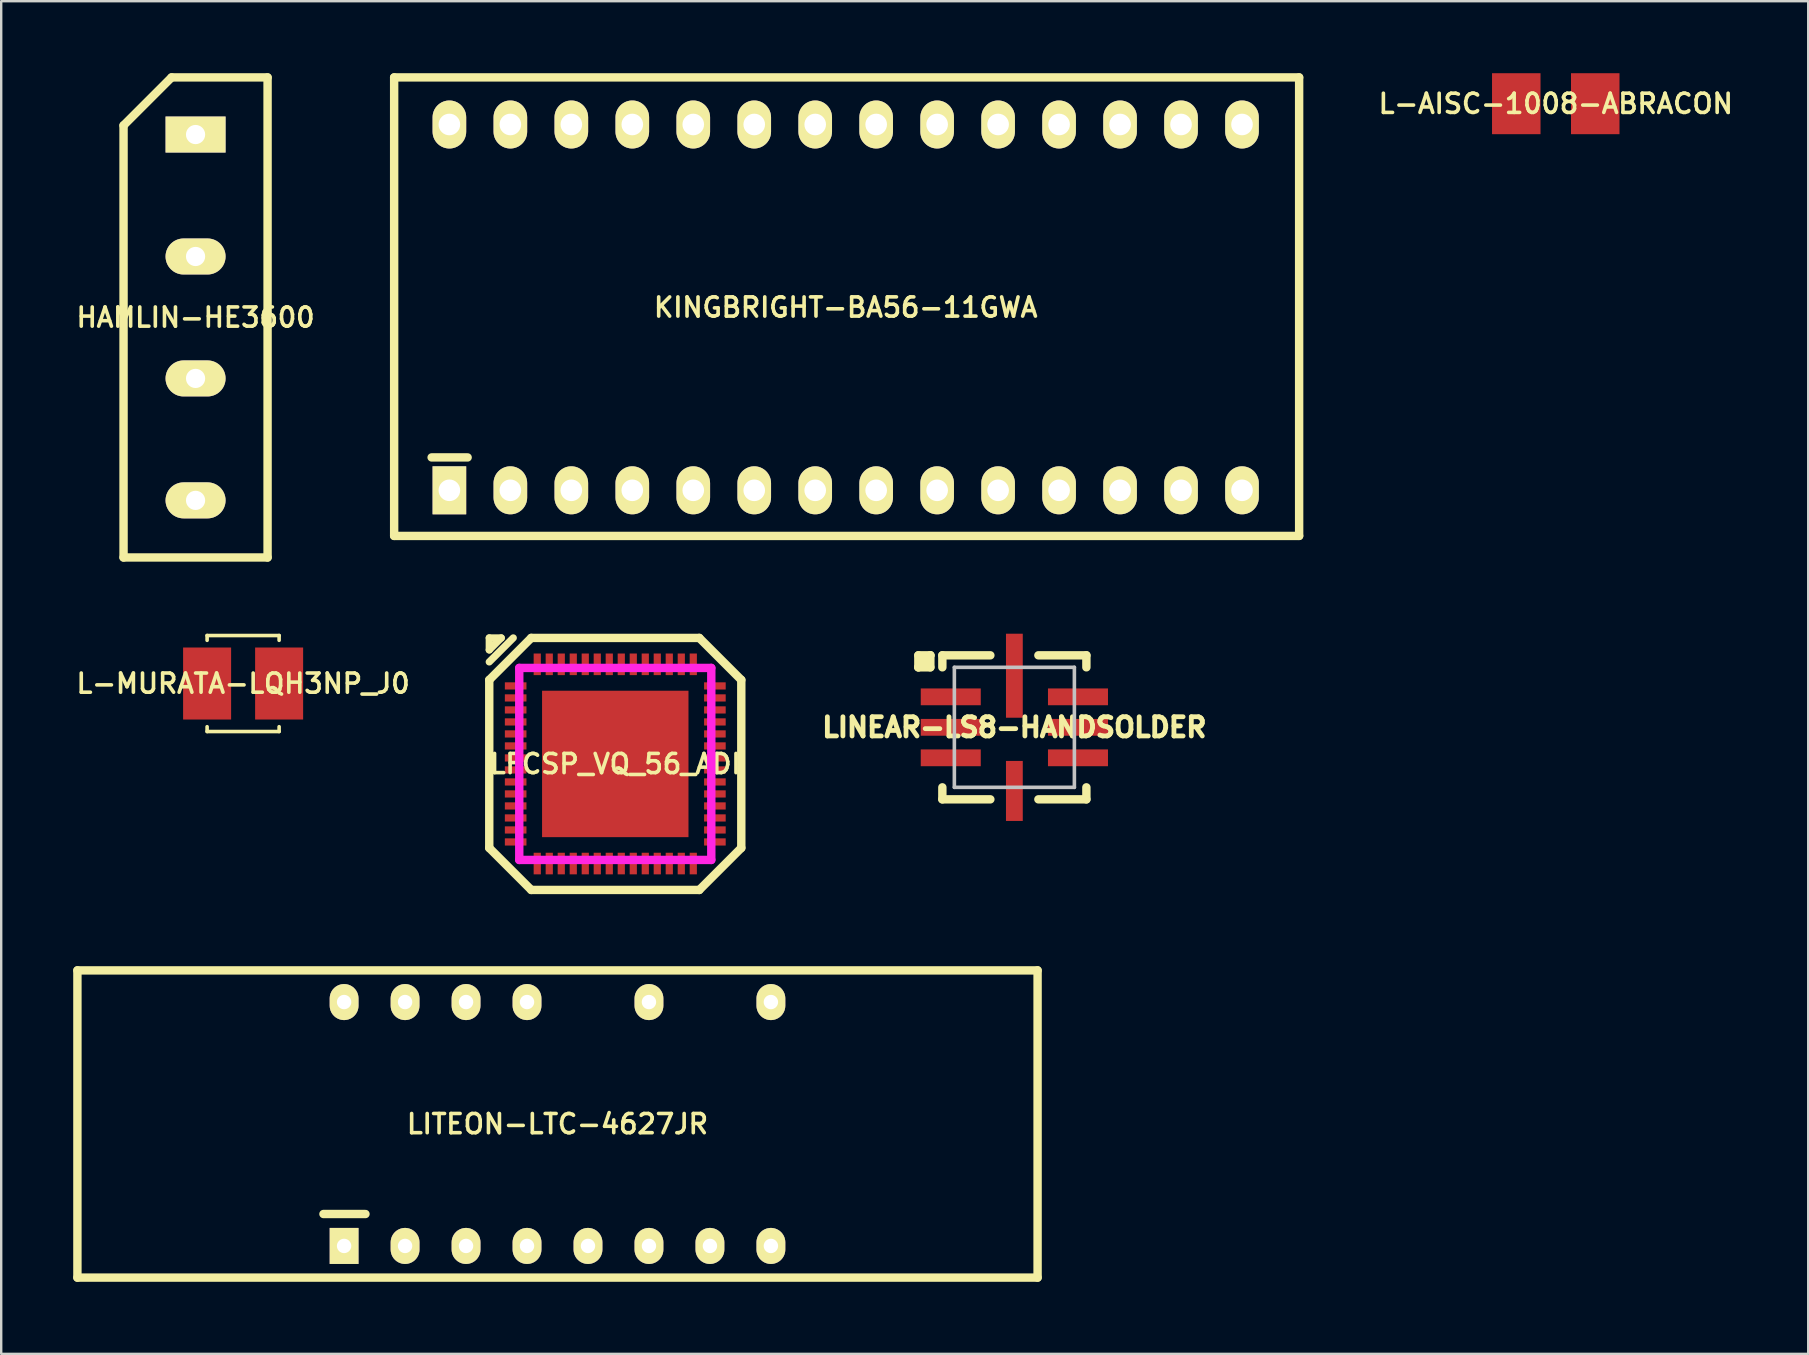
<source format=kicad_pcb>
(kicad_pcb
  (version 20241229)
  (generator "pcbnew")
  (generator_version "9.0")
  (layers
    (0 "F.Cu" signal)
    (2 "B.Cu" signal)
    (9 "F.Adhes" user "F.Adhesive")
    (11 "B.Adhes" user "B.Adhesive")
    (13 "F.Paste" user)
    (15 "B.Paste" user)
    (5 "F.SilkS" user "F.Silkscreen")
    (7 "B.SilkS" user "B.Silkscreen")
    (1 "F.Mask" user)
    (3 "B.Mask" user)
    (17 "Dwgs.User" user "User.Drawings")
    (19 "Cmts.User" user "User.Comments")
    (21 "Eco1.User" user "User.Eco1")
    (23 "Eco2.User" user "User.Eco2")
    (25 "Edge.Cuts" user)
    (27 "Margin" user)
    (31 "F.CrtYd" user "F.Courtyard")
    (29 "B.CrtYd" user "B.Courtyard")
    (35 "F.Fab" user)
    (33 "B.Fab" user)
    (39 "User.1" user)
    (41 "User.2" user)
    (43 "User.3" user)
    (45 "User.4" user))
  (footprint "LFCSP_VQ_56_ADI"
    (layer "F.Cu")
    (at 22.582 28.775)
    (property "Reference" "LFCSP_VQ_56_ADI" (at 0 0 0) (layer "F.SilkS") (effects (font (size 0.8 0.8) (thickness 0.15))))
    (attr through_hole)
    (fp_line (start -5.25 -5.25) (end -5.25 -4.75) (stroke (width 0.3) (type solid)) (layer "F.SilkS"))
    (fp_line (start -5.25 -4.75) (end -4.75 -5.25) (stroke (width 0.3) (type solid)) (layer "F.SilkS"))
    (fp_line (start -5.25 -3.5) (end -5.25 3.5) (stroke (width 0.35) (type solid)) (layer "F.SilkS"))
    (fp_line (start -5.25 3.5) (end -3.5 5.25) (stroke (width 0.35) (type solid)) (layer "F.SilkS"))
    (fp_line (start -4.75 -5.25) (end -5.25 -5.25) (stroke (width 0.3) (type solid)) (layer "F.SilkS"))
    (fp_line (start -4.25 -5.25) (end -5.25 -4.25) (stroke (width 0.3) (type solid)) (layer "F.SilkS"))
    (fp_line (start -3.5 -5.25) (end -5.25 -3.5) (stroke (width 0.35) (type solid)) (layer "F.SilkS"))
    (fp_line (start -3.5 5.25) (end 3.5 5.25) (stroke (width 0.35) (type solid)) (layer "F.SilkS"))
    (fp_line (start 3.5 -5.25) (end -3.5 -5.25) (stroke (width 0.35) (type solid)) (layer "F.SilkS"))
    (fp_line (start 3.5 5.25) (end 5.25 3.5) (stroke (width 0.35) (type solid)) (layer "F.SilkS"))
    (fp_line (start 5.25 -3.5) (end 3.5 -5.25) (stroke (width 0.35) (type solid)) (layer "F.SilkS"))
    (fp_line (start 5.25 3.5) (end 5.25 -3.5) (stroke (width 0.35) (type solid)) (layer "F.SilkS"))
    (fp_line (start -4 -4) (end 4 -4) (stroke (width 0.35) (type solid)) (layer "F.CrtYd"))
    (fp_line (start -4 4) (end -4 -4) (stroke (width 0.35) (type solid)) (layer "F.CrtYd"))
    (fp_line (start 4 -4) (end 4 4) (stroke (width 0.35) (type solid)) (layer "F.CrtYd"))
    (fp_line (start 4 4) (end -4 4) (stroke (width 0.35) (type solid)) (layer "F.CrtYd"))
    (pad "" smd rect (at -2 -2) (size 1.5 1.5) (layers "F.Paste"))
    (pad "" smd rect (at -2 0) (size 1.5 1.5) (layers "F.Paste"))
    (pad "" smd rect (at -2 2) (size 1.5 1.5) (layers "F.Paste"))
    (pad "" smd rect (at 0 -2) (size 1.5 1.5) (layers "F.Paste"))
    (pad "" smd rect (at 0 0) (size 1.5 1.5) (layers "F.Paste"))
    (pad "" smd rect (at 0 2) (size 1.5 1.5) (layers "F.Paste"))
    (pad "" smd rect (at 2 -2) (size 1.5 1.5) (layers "F.Paste"))
    (pad "" smd rect (at 2 0) (size 1.5 1.5) (layers "F.Paste"))
    (pad "" smd rect (at 2 2) (size 1.5 1.5) (layers "F.Paste"))
    (pad "1" smd rect (at -4.15 -3.25) (size 0.9 0.3) (layers "F.Cu" "F.Mask" "F.Paste"))
    (pad "2" smd rect (at -4.15 -2.75) (size 0.9 0.3) (layers "F.Cu" "F.Mask" "F.Paste"))
    (pad "3" smd rect (at -4.15 -2.25) (size 0.9 0.3) (layers "F.Cu" "F.Mask" "F.Paste"))
    (pad "4" smd rect (at -4.15 -1.75) (size 0.9 0.3) (layers "F.Cu" "F.Mask" "F.Paste"))
    (pad "5" smd rect (at -4.15 -1.25) (size 0.9 0.3) (layers "F.Cu" "F.Mask" "F.Paste"))
    (pad "6" smd rect (at -4.15 -0.75) (size 0.9 0.3) (layers "F.Cu" "F.Mask" "F.Paste"))
    (pad "7" smd rect (at -4.15 -0.25) (size 0.9 0.3) (layers "F.Cu" "F.Mask" "F.Paste"))
    (pad "8" smd rect (at -4.15 0.25) (size 0.9 0.3) (layers "F.Cu" "F.Mask" "F.Paste"))
    (pad "9" smd rect (at -4.15 0.75) (size 0.9 0.3) (layers "F.Cu" "F.Mask" "F.Paste"))
    (pad "10" smd rect (at -4.15 1.25) (size 0.9 0.3) (layers "F.Cu" "F.Mask" "F.Paste"))
    (pad "11" smd rect (at -4.15 1.75) (size 0.9 0.3) (layers "F.Cu" "F.Mask" "F.Paste"))
    (pad "12" smd rect (at -4.15 2.25) (size 0.9 0.3) (layers "F.Cu" "F.Mask" "F.Paste"))
    (pad "13" smd rect (at -4.15 2.75) (size 0.9 0.3) (layers "F.Cu" "F.Mask" "F.Paste"))
    (pad "14" smd rect (at -4.15 3.25) (size 0.9 0.3) (layers "F.Cu" "F.Mask" "F.Paste"))
    (pad "15" smd rect (at -3.25 4.15) (size 0.3 0.9) (layers "F.Cu" "F.Mask" "F.Paste"))
    (pad "16" smd rect (at -2.75 4.15) (size 0.3 0.9) (layers "F.Cu" "F.Mask" "F.Paste"))
    (pad "17" smd rect (at -2.25 4.15) (size 0.3 0.9) (layers "F.Cu" "F.Mask" "F.Paste"))
    (pad "18" smd rect (at -1.75 4.15) (size 0.3 0.9) (layers "F.Cu" "F.Mask" "F.Paste"))
    (pad "19" smd rect (at -1.25 4.15) (size 0.3 0.9) (layers "F.Cu" "F.Mask" "F.Paste"))
    (pad "20" smd rect (at -0.75 4.15) (size 0.3 0.9) (layers "F.Cu" "F.Mask" "F.Paste"))
    (pad "21" smd rect (at -0.25 4.15) (size 0.3 0.9) (layers "F.Cu" "F.Mask" "F.Paste"))
    (pad "22" smd rect (at 0.25 4.15) (size 0.3 0.9) (layers "F.Cu" "F.Mask" "F.Paste"))
    (pad "23" smd rect (at 0.75 4.15) (size 0.3 0.9) (layers "F.Cu" "F.Mask" "F.Paste"))
    (pad "24" smd rect (at 1.25 4.15) (size 0.3 0.9) (layers "F.Cu" "F.Mask" "F.Paste"))
    (pad "25" smd rect (at 1.75 4.15) (size 0.3 0.9) (layers "F.Cu" "F.Mask" "F.Paste"))
    (pad "26" smd rect (at 2.25 4.15) (size 0.3 0.9) (layers "F.Cu" "F.Mask" "F.Paste"))
    (pad "27" smd rect (at 2.75 4.15) (size 0.3 0.9) (layers "F.Cu" "F.Mask" "F.Paste"))
    (pad "28" smd rect (at 3.25 4.15) (size 0.3 0.9) (layers "F.Cu" "F.Mask" "F.Paste"))
    (pad "29" smd rect (at 4.15 3.25) (size 0.9 0.3) (layers "F.Cu" "F.Mask" "F.Paste"))
    (pad "30" smd rect (at 4.15 2.75) (size 0.9 0.3) (layers "F.Cu" "F.Mask" "F.Paste"))
    (pad "31" smd rect (at 4.15 2.25) (size 0.9 0.3) (layers "F.Cu" "F.Mask" "F.Paste"))
    (pad "32" smd rect (at 4.15 1.75) (size 0.9 0.3) (layers "F.Cu" "F.Mask" "F.Paste"))
    (pad "33" smd rect (at 4.15 1.25) (size 0.9 0.3) (layers "F.Cu" "F.Mask" "F.Paste"))
    (pad "34" smd rect (at 4.15 0.75) (size 0.9 0.3) (layers "F.Cu" "F.Mask" "F.Paste"))
    (pad "35" smd rect (at 4.15 0.25) (size 0.9 0.3) (layers "F.Cu" "F.Mask" "F.Paste"))
    (pad "36" smd rect (at 4.15 -0.25) (size 0.9 0.3) (layers "F.Cu" "F.Mask" "F.Paste"))
    (pad "37" smd rect (at 4.15 -0.75) (size 0.9 0.3) (layers "F.Cu" "F.Mask" "F.Paste"))
    (pad "38" smd rect (at 4.15 -1.25) (size 0.9 0.3) (layers "F.Cu" "F.Mask" "F.Paste"))
    (pad "39" smd rect (at 4.15 -1.75) (size 0.9 0.3) (layers "F.Cu" "F.Mask" "F.Paste"))
    (pad "40" smd rect (at 4.15 -2.25) (size 0.9 0.3) (layers "F.Cu" "F.Mask" "F.Paste"))
    (pad "41" smd rect (at 4.15 -2.75) (size 0.9 0.3) (layers "F.Cu" "F.Mask" "F.Paste"))
    (pad "42" smd rect (at 4.15 -3.25) (size 0.9 0.3) (layers "F.Cu" "F.Mask" "F.Paste"))
    (pad "43" smd rect (at 3.25 -4.15) (size 0.3 0.9) (layers "F.Cu" "F.Mask" "F.Paste"))
    (pad "44" smd rect (at 2.75 -4.15) (size 0.3 0.9) (layers "F.Cu" "F.Mask" "F.Paste"))
    (pad "45" smd rect (at 2.25 -4.15) (size 0.3 0.9) (layers "F.Cu" "F.Mask" "F.Paste"))
    (pad "46" smd rect (at 1.75 -4.15) (size 0.3 0.9) (layers "F.Cu" "F.Mask" "F.Paste"))
    (pad "47" smd rect (at 1.25 -4.15) (size 0.3 0.9) (layers "F.Cu" "F.Mask" "F.Paste"))
    (pad "48" smd rect (at 0.75 -4.15) (size 0.3 0.9) (layers "F.Cu" "F.Mask" "F.Paste"))
    (pad "49" smd rect (at 0.25 -4.15) (size 0.3 0.9) (layers "F.Cu" "F.Mask" "F.Paste"))
    (pad "50" smd rect (at -0.25 -4.15) (size 0.3 0.9) (layers "F.Cu" "F.Mask" "F.Paste"))
    (pad "51" smd rect (at -0.75 -4.15) (size 0.3 0.9) (layers "F.Cu" "F.Mask" "F.Paste"))
    (pad "52" smd rect (at -1.25 -4.15) (size 0.3 0.9) (layers "F.Cu" "F.Mask" "F.Paste"))
    (pad "53" smd rect (at -1.75 -4.15) (size 0.3 0.9) (layers "F.Cu" "F.Mask" "F.Paste"))
    (pad "54" smd rect (at -2.25 -4.15) (size 0.3 0.9) (layers "F.Cu" "F.Mask" "F.Paste"))
    (pad "55" smd rect (at -2.75 -4.15) (size 0.3 0.9) (layers "F.Cu" "F.Mask" "F.Paste"))
    (pad "56" smd rect (at -3.25 -4.15) (size 0.3 0.9) (layers "F.Cu" "F.Mask" "F.Paste"))
    (pad "57" smd rect (at 0 0) (size 6.1 6.1) (layers "F.Cu" "F.Mask")))
  (footprint "L-AISC-1008-ABRACON"
    (layer "F.Cu")
    (at 61.762 1.27)
    (property "Reference" "L-AISC-1008-ABRACON" (at 0 0 0) (layer "F.SilkS") (effects (font (size 0.8 0.8) (thickness 0.15))))
    (attr through_hole)
    (pad "1" smd rect (at -1.645 0) (size 2.02 2.54) (layers "F.Cu" "F.Mask" "F.Paste"))
    (pad "2" smd rect (at 1.645 0) (size 2.02 2.54) (layers "F.Cu" "F.Mask" "F.Paste")))
  (footprint "KINGBRIGHT-BA56-11GWA"
    (layer "F.Cu")
    (at 32.181 9.756)
    (property "Reference" "KINGBRIGHT-BA56-11GWA" (at 0 0 0) (layer "F.SilkS") (effects (font (size 0.8 0.8) (thickness 0.15))))
    (attr through_hole)
    (fp_line (start -18.811 -9.581) (end -18.811 9.52) (stroke (width 0.35) (type solid)) (layer "F.SilkS"))
    (fp_line (start -18.811 9.52) (end 18.89 9.52) (stroke (width 0.35) (type solid)) (layer "F.SilkS"))
    (fp_line (start -17.25 6.25) (end -15.75 6.25) (stroke (width 0.35) (type solid)) (layer "F.SilkS"))
    (fp_line (start 18.89 -9.581) (end -18.811 -9.581) (stroke (width 0.35) (type solid)) (layer "F.SilkS"))
    (fp_line (start 18.89 9.52) (end 18.89 -9.581) (stroke (width 0.35) (type solid)) (layer "F.SilkS"))
    (pad "1" thru_hole rect (at -16.51 7.62) (size 1.4 2) (drill 0.9) (layers "*.Cu" "*.Mask" "F.SilkS"))
    (pad "2" thru_hole oval (at -13.97 7.62) (size 1.4 2) (drill 0.9) (layers "*.Cu" "*.Mask" "F.SilkS"))
    (pad "3" thru_hole oval (at -11.43 7.62) (size 1.4 2) (drill 0.9) (layers "*.Cu" "*.Mask" "F.SilkS"))
    (pad "4" thru_hole oval (at -8.89 7.62) (size 1.4 2) (drill 0.9) (layers "*.Cu" "*.Mask" "F.SilkS"))
    (pad "5" thru_hole oval (at -6.35 7.62) (size 1.4 2) (drill 0.9) (layers "*.Cu" "*.Mask" "F.SilkS"))
    (pad "6" thru_hole oval (at -3.81 7.62) (size 1.4 2) (drill 0.9) (layers "*.Cu" "*.Mask" "F.SilkS"))
    (pad "7" thru_hole oval (at -1.27 7.62) (size 1.4 2) (drill 0.9) (layers "*.Cu" "*.Mask" "F.SilkS"))
    (pad "8" thru_hole oval (at 1.27 7.62) (size 1.4 2) (drill 0.9) (layers "*.Cu" "*.Mask" "F.SilkS"))
    (pad "9" thru_hole oval (at 3.81 7.62) (size 1.4 2) (drill 0.9) (layers "*.Cu" "*.Mask" "F.SilkS"))
    (pad "10" thru_hole oval (at 6.35 7.62) (size 1.4 2) (drill 0.9) (layers "*.Cu" "*.Mask" "F.SilkS"))
    (pad "11" thru_hole oval (at 8.89 7.62) (size 1.4 2) (drill 0.9) (layers "*.Cu" "*.Mask" "F.SilkS"))
    (pad "12" thru_hole oval (at 11.43 7.62) (size 1.4 2) (drill 0.9) (layers "*.Cu" "*.Mask" "F.SilkS"))
    (pad "13" thru_hole oval (at 13.97 7.62) (size 1.4 2) (drill 0.9) (layers "*.Cu" "*.Mask" "F.SilkS"))
    (pad "14" thru_hole oval (at 16.51 7.62) (size 1.4 2) (drill 0.9) (layers "*.Cu" "*.Mask" "F.SilkS"))
    (pad "15" thru_hole oval (at 16.51 -7.62) (size 1.4 2) (drill 0.9) (layers "*.Cu" "*.Mask" "F.SilkS"))
    (pad "16" thru_hole oval (at 13.97 -7.62) (size 1.4 2) (drill 0.9) (layers "*.Cu" "*.Mask" "F.SilkS"))
    (pad "17" thru_hole oval (at 11.43 -7.62) (size 1.4 2) (drill 0.9) (layers "*.Cu" "*.Mask" "F.SilkS"))
    (pad "18" thru_hole oval (at 8.89 -7.62) (size 1.4 2) (drill 0.9) (layers "*.Cu" "*.Mask" "F.SilkS"))
    (pad "19" thru_hole oval (at 6.35 -7.62) (size 1.4 2) (drill 0.9) (layers "*.Cu" "*.Mask" "F.SilkS"))
    (pad "20" thru_hole oval (at 3.81 -7.62) (size 1.4 2) (drill 0.9) (layers "*.Cu" "*.Mask" "F.SilkS"))
    (pad "21" thru_hole oval (at 1.27 -7.62) (size 1.4 2) (drill 0.9) (layers "*.Cu" "*.Mask" "F.SilkS"))
    (pad "22" thru_hole oval (at -1.27 -7.62) (size 1.4 2) (drill 0.9) (layers "*.Cu" "*.Mask" "F.SilkS"))
    (pad "23" thru_hole oval (at -3.81 -7.62) (size 1.4 2) (drill 0.9) (layers "*.Cu" "*.Mask" "F.SilkS"))
    (pad "24" thru_hole oval (at -6.35 -7.62) (size 1.4 2) (drill 0.9) (layers "*.Cu" "*.Mask" "F.SilkS"))
    (pad "25" thru_hole oval (at -8.89 -7.62) (size 1.4 2) (drill 0.9) (layers "*.Cu" "*.Mask" "F.SilkS"))
    (pad "26" thru_hole oval (at -11.43 -7.62) (size 1.4 2) (drill 0.9) (layers "*.Cu" "*.Mask" "F.SilkS"))
    (pad "27" thru_hole oval (at -13.97 -7.62) (size 1.4 2) (drill 0.9) (layers "*.Cu" "*.Mask" "F.SilkS"))
    (pad "28" thru_hole oval (at -16.51 -7.62) (size 1.4 2) (drill 0.9) (layers "*.Cu" "*.Mask" "F.SilkS")))
  (footprint "LINEAR-LS8-HANDSOLDER"
    (layer "F.Cu")
    (at 39.208 27.25)
    (property "Reference" "LINEAR-LS8-HANDSOLDER" (at 0 0 0) (layer "F.SilkS") (effects (font (size 0.8 0.8) (thickness 0.2))))
    (attr through_hole)
    (fp_line (start -4 -3) (end -3.5 -3) (stroke (width 0.35) (type solid)) (layer "F.SilkS"))
    (fp_line (start -4 -2.5) (end -4 -3) (stroke (width 0.35) (type solid)) (layer "F.SilkS"))
    (fp_line (start -3.5 -3) (end -4 -2.5) (stroke (width 0.35) (type solid)) (layer "F.SilkS"))
    (fp_line (start -3.5 -3) (end -3.5 -2.5) (stroke (width 0.35) (type solid)) (layer "F.SilkS"))
    (fp_line (start -3.5 -2.5) (end -4 -2.5) (stroke (width 0.35) (type solid)) (layer "F.SilkS"))
    (fp_line (start -3 -3) (end -1 -3) (stroke (width 0.35) (type solid)) (layer "F.SilkS"))
    (fp_line (start -3 -2.5) (end -3 -3) (stroke (width 0.35) (type solid)) (layer "F.SilkS"))
    (fp_line (start -3 3) (end -3 2.5) (stroke (width 0.35) (type solid)) (layer "F.SilkS"))
    (fp_line (start -1 3) (end -3 3) (stroke (width 0.35) (type solid)) (layer "F.SilkS"))
    (fp_line (start 1 -3) (end 3 -3) (stroke (width 0.35) (type solid)) (layer "F.SilkS"))
    (fp_line (start 3 -3) (end 3 -2.5) (stroke (width 0.35) (type solid)) (layer "F.SilkS"))
    (fp_line (start 3 2.5) (end 3 3) (stroke (width 0.35) (type solid)) (layer "F.SilkS"))
    (fp_line (start 3 3) (end 1 3) (stroke (width 0.35) (type solid)) (layer "F.SilkS"))
    (fp_line (start -2.5 -2.5) (end 2.5 -2.5) (stroke (width 0.15) (type solid)) (layer "Dwgs.User"))
    (fp_line (start -2.5 2.5) (end -2.5 -2.5) (stroke (width 0.15) (type solid)) (layer "Dwgs.User"))
    (fp_line (start 2.5 -2.5) (end 2.5 2.5) (stroke (width 0.15) (type solid)) (layer "Dwgs.User"))
    (fp_line (start 2.5 2.5) (end -2.5 2.5) (stroke (width 0.15) (type solid)) (layer "Dwgs.User"))
    (pad "1" smd rect (at -2.65 -1.27) (size 2.5 0.7) (layers "F.Cu" "F.Mask" "F.Paste"))
    (pad "2" smd rect (at -2.65 0) (size 2.5 0.7) (layers "F.Cu" "F.Mask" "F.Paste"))
    (pad "3" smd rect (at -2.65 1.27) (size 2.5 0.7) (layers "F.Cu" "F.Mask" "F.Paste"))
    (pad "4" smd rect (at 0 2.65) (size 0.7 2.5) (layers "F.Cu" "F.Mask" "F.Paste"))
    (pad "5" smd rect (at 2.65 1.27) (size 2.5 0.7) (layers "F.Cu" "F.Mask" "F.Paste"))
    (pad "6" smd rect (at 2.65 0) (size 2.5 0.7) (layers "F.Cu" "F.Mask" "F.Paste"))
    (pad "7" smd rect (at 2.65 -1.27) (size 2.5 0.7) (layers "F.Cu" "F.Mask" "F.Paste"))
    (pad "8" smd rect (at 0 -2.15) (size 0.7 3.5) (layers "F.Cu" "F.Mask" "F.Paste")))
  (footprint "HAMLIN-HE3600"
    (layer "F.Cu")
    (at 5.097 10.175)
    (property "Reference" "HAMLIN-HE3600" (at 0 0 0) (layer "F.SilkS") (effects (font (size 0.8 0.8) (thickness 0.15))))
    (attr through_hole)
    (fp_line (start -3 -8) (end -3 10) (stroke (width 0.35) (type solid)) (layer "F.SilkS"))
    (fp_line (start -1 -10) (end -3 -8) (stroke (width 0.35) (type solid)) (layer "F.SilkS"))
    (fp_line (start -1 -10) (end 3 -10) (stroke (width 0.35) (type solid)) (layer "F.SilkS"))
    (fp_line (start 3 -10) (end 3 10) (stroke (width 0.35) (type solid)) (layer "F.SilkS"))
    (fp_line (start 3 10) (end -3 10) (stroke (width 0.35) (type solid)) (layer "F.SilkS"))
    (pad "A" thru_hole oval (at 0 2.54) (size 2.5 1.5) (drill 0.8) (layers "*.Cu" "*.Mask" "F.SilkS"))
    (pad "K" thru_hole oval (at 0 -2.54) (size 2.5 1.5) (drill 0.8) (layers "*.Cu" "*.Mask" "F.SilkS"))
    (pad "P1A" thru_hole rect (at 0 -7.62) (size 2.5 1.5) (drill 0.8) (layers "*.Cu" "*.Mask" "F.SilkS"))
    (pad "P1B" thru_hole oval (at 0 7.62) (size 2.5 1.5) (drill 0.8) (layers "*.Cu" "*.Mask" "F.SilkS")))
  (footprint "LITEON-LTC-4627JR"
    (layer "F.Cu")
    (at 20.175 43.775)
    (property "Reference" "LITEON-LTC-4627JR" (at 0 0 0) (layer "F.SilkS") (effects (font (size 0.8 0.8) (thickness 0.15))))
    (attr through_hole)
    (fp_line (start -20 -6.4) (end 20 -6.4) (stroke (width 0.35) (type solid)) (layer "F.SilkS"))
    (fp_line (start -20 6.4) (end -20 -6.4) (stroke (width 0.35) (type solid)) (layer "F.SilkS"))
    (fp_line (start -9.75 3.75) (end -8 3.75) (stroke (width 0.35) (type solid)) (layer "F.SilkS"))
    (fp_line (start 20 -6.4) (end 20 6.4) (stroke (width 0.35) (type solid)) (layer "F.SilkS"))
    (fp_line (start 20 6.4) (end -20 6.4) (stroke (width 0.35) (type solid)) (layer "F.SilkS"))
    (pad "1" thru_hole rect (at -8.89 5.08) (size 1.2 1.5) (drill 0.6) (layers "*.Cu" "*.Mask" "F.SilkS"))
    (pad "2" thru_hole oval (at -6.35 5.08) (size 1.2 1.5) (drill 0.6) (layers "*.Cu" "*.Mask" "F.SilkS"))
    (pad "3" thru_hole oval (at -3.81 5.08) (size 1.2 1.5) (drill 0.6) (layers "*.Cu" "*.Mask" "F.SilkS"))
    (pad "4" thru_hole oval (at -1.27 5.08) (size 1.2 1.5) (drill 0.6) (layers "*.Cu" "*.Mask" "F.SilkS"))
    (pad "5" thru_hole oval (at 1.27 5.08) (size 1.2 1.5) (drill 0.6) (layers "*.Cu" "*.Mask" "F.SilkS"))
    (pad "6" thru_hole oval (at 3.81 5.08) (size 1.2 1.5) (drill 0.6) (layers "*.Cu" "*.Mask" "F.SilkS"))
    (pad "7" thru_hole oval (at 6.35 5.08) (size 1.2 1.5) (drill 0.6) (layers "*.Cu" "*.Mask" "F.SilkS"))
    (pad "8" thru_hole oval (at 8.89 5.08) (size 1.2 1.5) (drill 0.6) (layers "*.Cu" "*.Mask" "F.SilkS"))
    (pad "9" thru_hole oval (at 8.89 -5.08) (size 1.2 1.5) (drill 0.6) (layers "*.Cu" "*.Mask" "F.SilkS"))
    (pad "11" thru_hole oval (at 3.81 -5.08) (size 1.2 1.5) (drill 0.6) (layers "*.Cu" "*.Mask" "F.SilkS"))
    (pad "13" thru_hole oval (at -1.27 -5.08) (size 1.2 1.5) (drill 0.6) (layers "*.Cu" "*.Mask" "F.SilkS"))
    (pad "14" thru_hole oval (at -3.81 -5.08) (size 1.2 1.5) (drill 0.6) (layers "*.Cu" "*.Mask" "F.SilkS"))
    (pad "15" thru_hole oval (at -6.35 -5.08) (size 1.2 1.5) (drill 0.6) (layers "*.Cu" "*.Mask" "F.SilkS"))
    (pad "16" thru_hole oval (at -8.89 -5.08) (size 1.2 1.5) (drill 0.6) (layers "*.Cu" "*.Mask" "F.SilkS")))
  (footprint "L-MURATA-LQH3NP_J0"
    (layer "F.Cu")
    (at 7.078 25.425)
    (property "Reference" "L-MURATA-LQH3NP_J0" (at 0 0 0) (layer "F.SilkS") (effects (font (size 0.8 0.8) (thickness 0.15))))
    (attr through_hole)
    (fp_line (start -1.5 -2) (end -1.5 -1.8) (stroke (width 0.15) (type solid)) (layer "F.SilkS"))
    (fp_line (start -1.5 -2) (end 1.5 -2) (stroke (width 0.15) (type solid)) (layer "F.SilkS"))
    (fp_line (start -1.5 2) (end -1.5 1.8) (stroke (width 0.15) (type solid)) (layer "F.SilkS"))
    (fp_line (start -1.5 2) (end 1.5 2) (stroke (width 0.15) (type solid)) (layer "F.SilkS"))
    (fp_line (start 1.5 -2) (end 1.5 -1.8) (stroke (width 0.15) (type solid)) (layer "F.SilkS"))
    (fp_line (start 1.5 2) (end 1.5 1.8) (stroke (width 0.15) (type solid)) (layer "F.SilkS"))
    (pad "1" smd rect (at -1.5 0) (size 2 3) (layers "F.Cu" "F.Mask" "F.Paste"))
    (pad "2" smd rect (at 1.5 0) (size 2 3) (layers "F.Cu" "F.Mask" "F.Paste")))
  (gr_rect
    (start -3 -3)
    (end 72.279 53.35)
    (stroke (width 0.1) (type default))
    (fill no)
    (layer "Edge.Cuts")))
</source>
